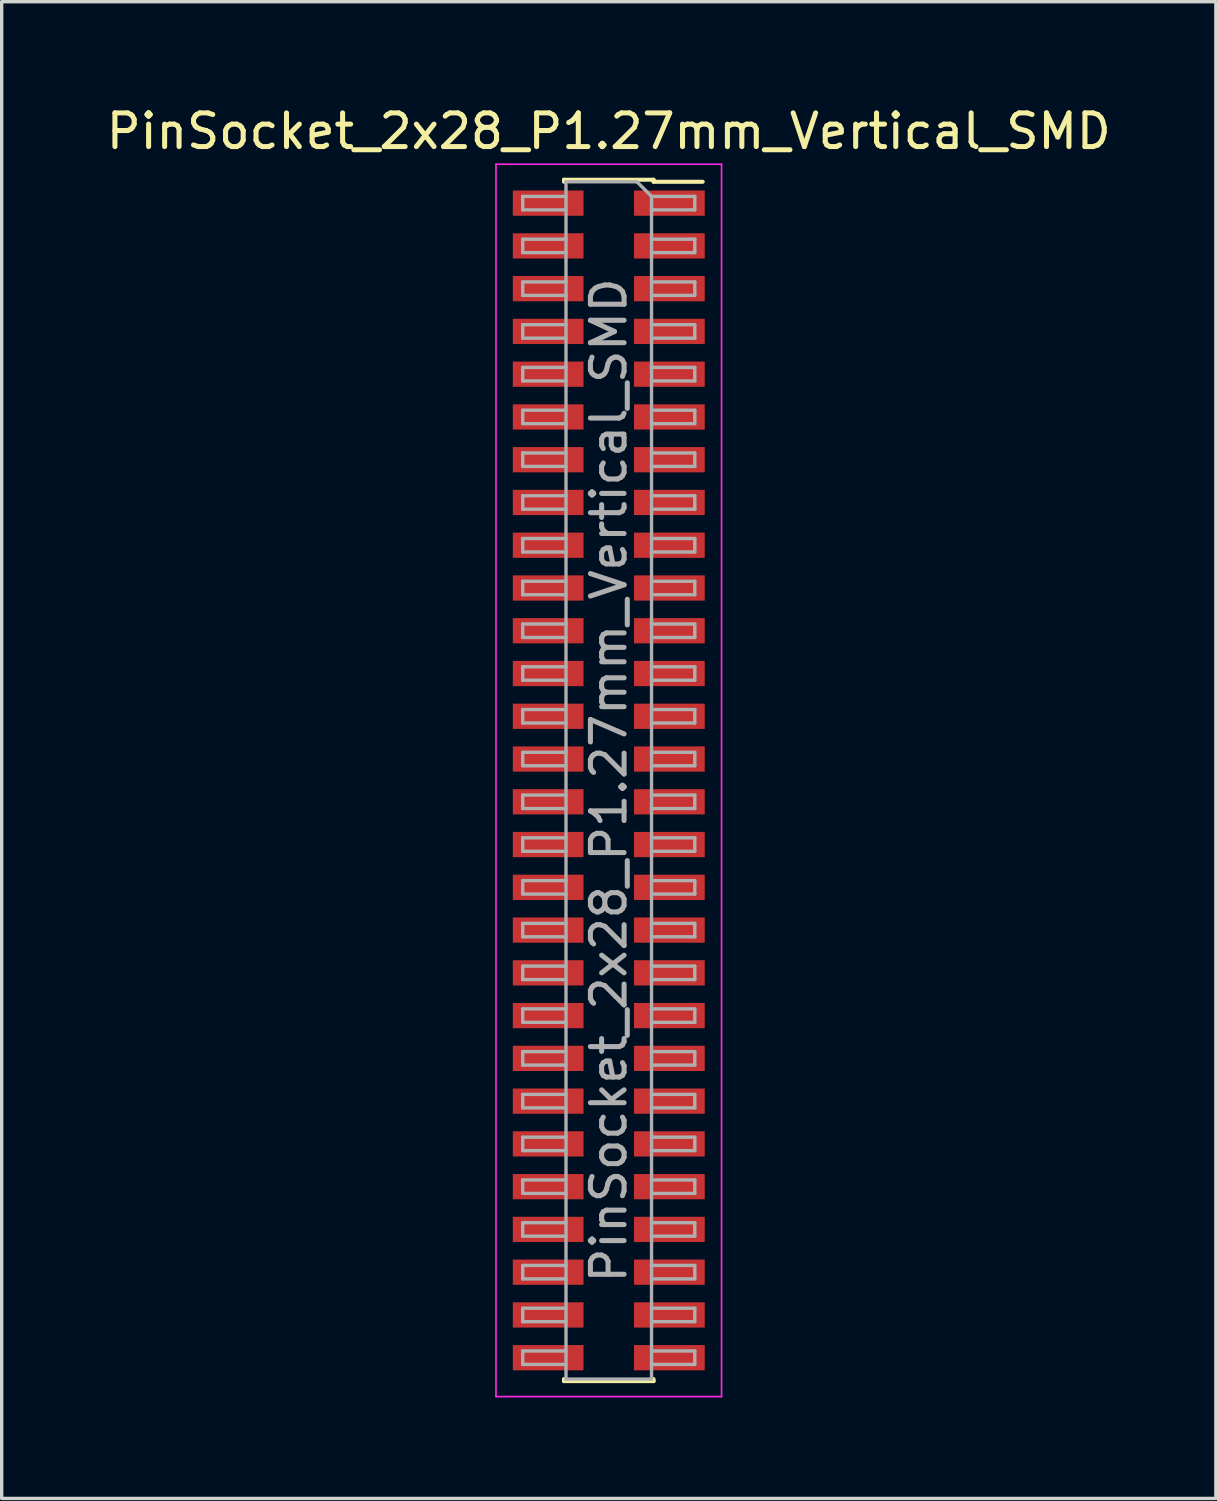
<source format=kicad_pcb>
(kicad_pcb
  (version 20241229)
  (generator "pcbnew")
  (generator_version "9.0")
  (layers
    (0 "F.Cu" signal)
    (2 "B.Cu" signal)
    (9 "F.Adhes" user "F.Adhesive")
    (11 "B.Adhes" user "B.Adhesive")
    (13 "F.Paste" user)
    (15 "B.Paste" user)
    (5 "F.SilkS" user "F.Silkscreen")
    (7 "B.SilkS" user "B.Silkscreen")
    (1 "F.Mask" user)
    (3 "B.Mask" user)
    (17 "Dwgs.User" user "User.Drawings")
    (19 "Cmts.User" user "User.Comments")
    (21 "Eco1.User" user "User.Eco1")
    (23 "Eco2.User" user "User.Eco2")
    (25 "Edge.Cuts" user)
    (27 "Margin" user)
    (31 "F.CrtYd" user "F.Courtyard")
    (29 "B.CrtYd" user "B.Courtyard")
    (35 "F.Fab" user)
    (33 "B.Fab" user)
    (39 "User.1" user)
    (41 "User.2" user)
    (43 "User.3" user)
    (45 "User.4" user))
  (footprint "PinSocket_2x28_P1.27mm_Vertical_SMD"
    (layer "F.Cu")
    (at 15.03 20.128)
    (property "Reference" "PinSocket_2x28_P1.27mm_Vertical_SMD" (at 0 -19.28 0) (layer "F.SilkS") (effects (font (size 1 1) (thickness 0.15))))
    (attr smd)
    (fp_line (start -1.33 -17.84) (end -1.33 -17.78) (stroke (width 0.12) (type solid)) (layer "F.SilkS"))
    (fp_line (start -1.33 -17.84) (end 1.33 -17.84) (stroke (width 0.12) (type solid)) (layer "F.SilkS"))
    (fp_line (start -1.33 17.78) (end -1.33 17.84) (stroke (width 0.12) (type solid)) (layer "F.SilkS"))
    (fp_line (start -1.33 17.84) (end 1.33 17.84) (stroke (width 0.12) (type solid)) (layer "F.SilkS"))
    (fp_line (start 1.33 -17.84) (end 1.33 -17.78) (stroke (width 0.12) (type solid)) (layer "F.SilkS"))
    (fp_line (start 1.33 -17.78) (end 2.79 -17.78) (stroke (width 0.12) (type solid)) (layer "F.SilkS"))
    (fp_line (start 1.33 17.78) (end 1.33 17.84) (stroke (width 0.12) (type solid)) (layer "F.SilkS"))
    (fp_line (start -3.35 -18.3) (end 3.35 -18.3) (stroke (width 0.05) (type solid)) (layer "F.CrtYd"))
    (fp_line (start -3.35 18.3) (end -3.35 -18.3) (stroke (width 0.05) (type solid)) (layer "F.CrtYd"))
    (fp_line (start 3.35 -18.3) (end 3.35 18.3) (stroke (width 0.05) (type solid)) (layer "F.CrtYd"))
    (fp_line (start 3.35 18.3) (end -3.35 18.3) (stroke (width 0.05) (type solid)) (layer "F.CrtYd"))
    (fp_line (start -2.555 -17.345) (end -1.27 -17.345) (stroke (width 0.1) (type solid)) (layer "F.Fab"))
    (fp_line (start -2.555 -16.945) (end -2.555 -17.345) (stroke (width 0.1) (type solid)) (layer "F.Fab"))
    (fp_line (start -2.555 -16.075) (end -1.27 -16.075) (stroke (width 0.1) (type solid)) (layer "F.Fab"))
    (fp_line (start -2.555 -15.675) (end -2.555 -16.075) (stroke (width 0.1) (type solid)) (layer "F.Fab"))
    (fp_line (start -2.555 -14.805) (end -1.27 -14.805) (stroke (width 0.1) (type solid)) (layer "F.Fab"))
    (fp_line (start -2.555 -14.405) (end -2.555 -14.805) (stroke (width 0.1) (type solid)) (layer "F.Fab"))
    (fp_line (start -2.555 -13.535) (end -1.27 -13.535) (stroke (width 0.1) (type solid)) (layer "F.Fab"))
    (fp_line (start -2.555 -13.135) (end -2.555 -13.535) (stroke (width 0.1) (type solid)) (layer "F.Fab"))
    (fp_line (start -2.555 -12.265) (end -1.27 -12.265) (stroke (width 0.1) (type solid)) (layer "F.Fab"))
    (fp_line (start -2.555 -11.865) (end -2.555 -12.265) (stroke (width 0.1) (type solid)) (layer "F.Fab"))
    (fp_line (start -2.555 -10.995) (end -1.27 -10.995) (stroke (width 0.1) (type solid)) (layer "F.Fab"))
    (fp_line (start -2.555 -10.595) (end -2.555 -10.995) (stroke (width 0.1) (type solid)) (layer "F.Fab"))
    (fp_line (start -2.555 -9.725) (end -1.27 -9.725) (stroke (width 0.1) (type solid)) (layer "F.Fab"))
    (fp_line (start -2.555 -9.325) (end -2.555 -9.725) (stroke (width 0.1) (type solid)) (layer "F.Fab"))
    (fp_line (start -2.555 -8.455) (end -1.27 -8.455) (stroke (width 0.1) (type solid)) (layer "F.Fab"))
    (fp_line (start -2.555 -8.055) (end -2.555 -8.455) (stroke (width 0.1) (type solid)) (layer "F.Fab"))
    (fp_line (start -2.555 -7.185) (end -1.27 -7.185) (stroke (width 0.1) (type solid)) (layer "F.Fab"))
    (fp_line (start -2.555 -6.785) (end -2.555 -7.185) (stroke (width 0.1) (type solid)) (layer "F.Fab"))
    (fp_line (start -2.555 -5.915) (end -1.27 -5.915) (stroke (width 0.1) (type solid)) (layer "F.Fab"))
    (fp_line (start -2.555 -5.515) (end -2.555 -5.915) (stroke (width 0.1) (type solid)) (layer "F.Fab"))
    (fp_line (start -2.555 -4.645) (end -1.27 -4.645) (stroke (width 0.1) (type solid)) (layer "F.Fab"))
    (fp_line (start -2.555 -4.245) (end -2.555 -4.645) (stroke (width 0.1) (type solid)) (layer "F.Fab"))
    (fp_line (start -2.555 -3.375) (end -1.27 -3.375) (stroke (width 0.1) (type solid)) (layer "F.Fab"))
    (fp_line (start -2.555 -2.975) (end -2.555 -3.375) (stroke (width 0.1) (type solid)) (layer "F.Fab"))
    (fp_line (start -2.555 -2.105) (end -1.27 -2.105) (stroke (width 0.1) (type solid)) (layer "F.Fab"))
    (fp_line (start -2.555 -1.705) (end -2.555 -2.105) (stroke (width 0.1) (type solid)) (layer "F.Fab"))
    (fp_line (start -2.555 -0.835) (end -1.27 -0.835) (stroke (width 0.1) (type solid)) (layer "F.Fab"))
    (fp_line (start -2.555 -0.435) (end -2.555 -0.835) (stroke (width 0.1) (type solid)) (layer "F.Fab"))
    (fp_line (start -2.555 0.435) (end -1.27 0.435) (stroke (width 0.1) (type solid)) (layer "F.Fab"))
    (fp_line (start -2.555 0.835) (end -2.555 0.435) (stroke (width 0.1) (type solid)) (layer "F.Fab"))
    (fp_line (start -2.555 1.705) (end -1.27 1.705) (stroke (width 0.1) (type solid)) (layer "F.Fab"))
    (fp_line (start -2.555 2.105) (end -2.555 1.705) (stroke (width 0.1) (type solid)) (layer "F.Fab"))
    (fp_line (start -2.555 2.975) (end -1.27 2.975) (stroke (width 0.1) (type solid)) (layer "F.Fab"))
    (fp_line (start -2.555 3.375) (end -2.555 2.975) (stroke (width 0.1) (type solid)) (layer "F.Fab"))
    (fp_line (start -2.555 4.245) (end -1.27 4.245) (stroke (width 0.1) (type solid)) (layer "F.Fab"))
    (fp_line (start -2.555 4.645) (end -2.555 4.245) (stroke (width 0.1) (type solid)) (layer "F.Fab"))
    (fp_line (start -2.555 5.515) (end -1.27 5.515) (stroke (width 0.1) (type solid)) (layer "F.Fab"))
    (fp_line (start -2.555 5.915) (end -2.555 5.515) (stroke (width 0.1) (type solid)) (layer "F.Fab"))
    (fp_line (start -2.555 6.785) (end -1.27 6.785) (stroke (width 0.1) (type solid)) (layer "F.Fab"))
    (fp_line (start -2.555 7.185) (end -2.555 6.785) (stroke (width 0.1) (type solid)) (layer "F.Fab"))
    (fp_line (start -2.555 8.055) (end -1.27 8.055) (stroke (width 0.1) (type solid)) (layer "F.Fab"))
    (fp_line (start -2.555 8.455) (end -2.555 8.055) (stroke (width 0.1) (type solid)) (layer "F.Fab"))
    (fp_line (start -2.555 9.325) (end -1.27 9.325) (stroke (width 0.1) (type solid)) (layer "F.Fab"))
    (fp_line (start -2.555 9.725) (end -2.555 9.325) (stroke (width 0.1) (type solid)) (layer "F.Fab"))
    (fp_line (start -2.555 10.595) (end -1.27 10.595) (stroke (width 0.1) (type solid)) (layer "F.Fab"))
    (fp_line (start -2.555 10.995) (end -2.555 10.595) (stroke (width 0.1) (type solid)) (layer "F.Fab"))
    (fp_line (start -2.555 11.865) (end -1.27 11.865) (stroke (width 0.1) (type solid)) (layer "F.Fab"))
    (fp_line (start -2.555 12.265) (end -2.555 11.865) (stroke (width 0.1) (type solid)) (layer "F.Fab"))
    (fp_line (start -2.555 13.135) (end -1.27 13.135) (stroke (width 0.1) (type solid)) (layer "F.Fab"))
    (fp_line (start -2.555 13.535) (end -2.555 13.135) (stroke (width 0.1) (type solid)) (layer "F.Fab"))
    (fp_line (start -2.555 14.405) (end -1.27 14.405) (stroke (width 0.1) (type solid)) (layer "F.Fab"))
    (fp_line (start -2.555 14.805) (end -2.555 14.405) (stroke (width 0.1) (type solid)) (layer "F.Fab"))
    (fp_line (start -2.555 15.675) (end -1.27 15.675) (stroke (width 0.1) (type solid)) (layer "F.Fab"))
    (fp_line (start -2.555 16.075) (end -2.555 15.675) (stroke (width 0.1) (type solid)) (layer "F.Fab"))
    (fp_line (start -2.555 16.945) (end -1.27 16.945) (stroke (width 0.1) (type solid)) (layer "F.Fab"))
    (fp_line (start -2.555 17.345) (end -2.555 16.945) (stroke (width 0.1) (type solid)) (layer "F.Fab"))
    (fp_line (start -1.27 -17.78) (end 0.835 -17.78) (stroke (width 0.1) (type solid)) (layer "F.Fab"))
    (fp_line (start -1.27 -16.945) (end -2.555 -16.945) (stroke (width 0.1) (type solid)) (layer "F.Fab"))
    (fp_line (start -1.27 -15.675) (end -2.555 -15.675) (stroke (width 0.1) (type solid)) (layer "F.Fab"))
    (fp_line (start -1.27 -14.405) (end -2.555 -14.405) (stroke (width 0.1) (type solid)) (layer "F.Fab"))
    (fp_line (start -1.27 -13.135) (end -2.555 -13.135) (stroke (width 0.1) (type solid)) (layer "F.Fab"))
    (fp_line (start -1.27 -11.865) (end -2.555 -11.865) (stroke (width 0.1) (type solid)) (layer "F.Fab"))
    (fp_line (start -1.27 -10.595) (end -2.555 -10.595) (stroke (width 0.1) (type solid)) (layer "F.Fab"))
    (fp_line (start -1.27 -9.325) (end -2.555 -9.325) (stroke (width 0.1) (type solid)) (layer "F.Fab"))
    (fp_line (start -1.27 -8.055) (end -2.555 -8.055) (stroke (width 0.1) (type solid)) (layer "F.Fab"))
    (fp_line (start -1.27 -6.785) (end -2.555 -6.785) (stroke (width 0.1) (type solid)) (layer "F.Fab"))
    (fp_line (start -1.27 -5.515) (end -2.555 -5.515) (stroke (width 0.1) (type solid)) (layer "F.Fab"))
    (fp_line (start -1.27 -4.245) (end -2.555 -4.245) (stroke (width 0.1) (type solid)) (layer "F.Fab"))
    (fp_line (start -1.27 -2.975) (end -2.555 -2.975) (stroke (width 0.1) (type solid)) (layer "F.Fab"))
    (fp_line (start -1.27 -1.705) (end -2.555 -1.705) (stroke (width 0.1) (type solid)) (layer "F.Fab"))
    (fp_line (start -1.27 -0.435) (end -2.555 -0.435) (stroke (width 0.1) (type solid)) (layer "F.Fab"))
    (fp_line (start -1.27 0.835) (end -2.555 0.835) (stroke (width 0.1) (type solid)) (layer "F.Fab"))
    (fp_line (start -1.27 2.105) (end -2.555 2.105) (stroke (width 0.1) (type solid)) (layer "F.Fab"))
    (fp_line (start -1.27 3.375) (end -2.555 3.375) (stroke (width 0.1) (type solid)) (layer "F.Fab"))
    (fp_line (start -1.27 4.645) (end -2.555 4.645) (stroke (width 0.1) (type solid)) (layer "F.Fab"))
    (fp_line (start -1.27 5.915) (end -2.555 5.915) (stroke (width 0.1) (type solid)) (layer "F.Fab"))
    (fp_line (start -1.27 7.185) (end -2.555 7.185) (stroke (width 0.1) (type solid)) (layer "F.Fab"))
    (fp_line (start -1.27 8.455) (end -2.555 8.455) (stroke (width 0.1) (type solid)) (layer "F.Fab"))
    (fp_line (start -1.27 9.725) (end -2.555 9.725) (stroke (width 0.1) (type solid)) (layer "F.Fab"))
    (fp_line (start -1.27 10.995) (end -2.555 10.995) (stroke (width 0.1) (type solid)) (layer "F.Fab"))
    (fp_line (start -1.27 12.265) (end -2.555 12.265) (stroke (width 0.1) (type solid)) (layer "F.Fab"))
    (fp_line (start -1.27 13.535) (end -2.555 13.535) (stroke (width 0.1) (type solid)) (layer "F.Fab"))
    (fp_line (start -1.27 14.805) (end -2.555 14.805) (stroke (width 0.1) (type solid)) (layer "F.Fab"))
    (fp_line (start -1.27 16.075) (end -2.555 16.075) (stroke (width 0.1) (type solid)) (layer "F.Fab"))
    (fp_line (start -1.27 17.345) (end -2.555 17.345) (stroke (width 0.1) (type solid)) (layer "F.Fab"))
    (fp_line (start -1.27 17.78) (end -1.27 -17.78) (stroke (width 0.1) (type solid)) (layer "F.Fab"))
    (fp_line (start 0.835 -17.78) (end 1.27 -17.345) (stroke (width 0.1) (type solid)) (layer "F.Fab"))
    (fp_line (start 1.27 -17.345) (end 1.27 17.78) (stroke (width 0.1) (type solid)) (layer "F.Fab"))
    (fp_line (start 1.27 -17.345) (end 2.555 -17.345) (stroke (width 0.1) (type solid)) (layer "F.Fab"))
    (fp_line (start 1.27 -16.075) (end 2.555 -16.075) (stroke (width 0.1) (type solid)) (layer "F.Fab"))
    (fp_line (start 1.27 -14.805) (end 2.555 -14.805) (stroke (width 0.1) (type solid)) (layer "F.Fab"))
    (fp_line (start 1.27 -13.535) (end 2.555 -13.535) (stroke (width 0.1) (type solid)) (layer "F.Fab"))
    (fp_line (start 1.27 -12.265) (end 2.555 -12.265) (stroke (width 0.1) (type solid)) (layer "F.Fab"))
    (fp_line (start 1.27 -10.995) (end 2.555 -10.995) (stroke (width 0.1) (type solid)) (layer "F.Fab"))
    (fp_line (start 1.27 -9.725) (end 2.555 -9.725) (stroke (width 0.1) (type solid)) (layer "F.Fab"))
    (fp_line (start 1.27 -8.455) (end 2.555 -8.455) (stroke (width 0.1) (type solid)) (layer "F.Fab"))
    (fp_line (start 1.27 -7.185) (end 2.555 -7.185) (stroke (width 0.1) (type solid)) (layer "F.Fab"))
    (fp_line (start 1.27 -5.915) (end 2.555 -5.915) (stroke (width 0.1) (type solid)) (layer "F.Fab"))
    (fp_line (start 1.27 -4.645) (end 2.555 -4.645) (stroke (width 0.1) (type solid)) (layer "F.Fab"))
    (fp_line (start 1.27 -3.375) (end 2.555 -3.375) (stroke (width 0.1) (type solid)) (layer "F.Fab"))
    (fp_line (start 1.27 -2.105) (end 2.555 -2.105) (stroke (width 0.1) (type solid)) (layer "F.Fab"))
    (fp_line (start 1.27 -0.835) (end 2.555 -0.835) (stroke (width 0.1) (type solid)) (layer "F.Fab"))
    (fp_line (start 1.27 0.435) (end 2.555 0.435) (stroke (width 0.1) (type solid)) (layer "F.Fab"))
    (fp_line (start 1.27 1.705) (end 2.555 1.705) (stroke (width 0.1) (type solid)) (layer "F.Fab"))
    (fp_line (start 1.27 2.975) (end 2.555 2.975) (stroke (width 0.1) (type solid)) (layer "F.Fab"))
    (fp_line (start 1.27 4.245) (end 2.555 4.245) (stroke (width 0.1) (type solid)) (layer "F.Fab"))
    (fp_line (start 1.27 5.515) (end 2.555 5.515) (stroke (width 0.1) (type solid)) (layer "F.Fab"))
    (fp_line (start 1.27 6.785) (end 2.555 6.785) (stroke (width 0.1) (type solid)) (layer "F.Fab"))
    (fp_line (start 1.27 8.055) (end 2.555 8.055) (stroke (width 0.1) (type solid)) (layer "F.Fab"))
    (fp_line (start 1.27 9.325) (end 2.555 9.325) (stroke (width 0.1) (type solid)) (layer "F.Fab"))
    (fp_line (start 1.27 10.595) (end 2.555 10.595) (stroke (width 0.1) (type solid)) (layer "F.Fab"))
    (fp_line (start 1.27 11.865) (end 2.555 11.865) (stroke (width 0.1) (type solid)) (layer "F.Fab"))
    (fp_line (start 1.27 13.135) (end 2.555 13.135) (stroke (width 0.1) (type solid)) (layer "F.Fab"))
    (fp_line (start 1.27 14.405) (end 2.555 14.405) (stroke (width 0.1) (type solid)) (layer "F.Fab"))
    (fp_line (start 1.27 15.675) (end 2.555 15.675) (stroke (width 0.1) (type solid)) (layer "F.Fab"))
    (fp_line (start 1.27 16.945) (end 2.555 16.945) (stroke (width 0.1) (type solid)) (layer "F.Fab"))
    (fp_line (start 1.27 17.78) (end -1.27 17.78) (stroke (width 0.1) (type solid)) (layer "F.Fab"))
    (fp_line (start 2.555 -17.345) (end 2.555 -16.945) (stroke (width 0.1) (type solid)) (layer "F.Fab"))
    (fp_line (start 2.555 -16.945) (end 1.27 -16.945) (stroke (width 0.1) (type solid)) (layer "F.Fab"))
    (fp_line (start 2.555 -16.075) (end 2.555 -15.675) (stroke (width 0.1) (type solid)) (layer "F.Fab"))
    (fp_line (start 2.555 -15.675) (end 1.27 -15.675) (stroke (width 0.1) (type solid)) (layer "F.Fab"))
    (fp_line (start 2.555 -14.805) (end 2.555 -14.405) (stroke (width 0.1) (type solid)) (layer "F.Fab"))
    (fp_line (start 2.555 -14.405) (end 1.27 -14.405) (stroke (width 0.1) (type solid)) (layer "F.Fab"))
    (fp_line (start 2.555 -13.535) (end 2.555 -13.135) (stroke (width 0.1) (type solid)) (layer "F.Fab"))
    (fp_line (start 2.555 -13.135) (end 1.27 -13.135) (stroke (width 0.1) (type solid)) (layer "F.Fab"))
    (fp_line (start 2.555 -12.265) (end 2.555 -11.865) (stroke (width 0.1) (type solid)) (layer "F.Fab"))
    (fp_line (start 2.555 -11.865) (end 1.27 -11.865) (stroke (width 0.1) (type solid)) (layer "F.Fab"))
    (fp_line (start 2.555 -10.995) (end 2.555 -10.595) (stroke (width 0.1) (type solid)) (layer "F.Fab"))
    (fp_line (start 2.555 -10.595) (end 1.27 -10.595) (stroke (width 0.1) (type solid)) (layer "F.Fab"))
    (fp_line (start 2.555 -9.725) (end 2.555 -9.325) (stroke (width 0.1) (type solid)) (layer "F.Fab"))
    (fp_line (start 2.555 -9.325) (end 1.27 -9.325) (stroke (width 0.1) (type solid)) (layer "F.Fab"))
    (fp_line (start 2.555 -8.455) (end 2.555 -8.055) (stroke (width 0.1) (type solid)) (layer "F.Fab"))
    (fp_line (start 2.555 -8.055) (end 1.27 -8.055) (stroke (width 0.1) (type solid)) (layer "F.Fab"))
    (fp_line (start 2.555 -7.185) (end 2.555 -6.785) (stroke (width 0.1) (type solid)) (layer "F.Fab"))
    (fp_line (start 2.555 -6.785) (end 1.27 -6.785) (stroke (width 0.1) (type solid)) (layer "F.Fab"))
    (fp_line (start 2.555 -5.915) (end 2.555 -5.515) (stroke (width 0.1) (type solid)) (layer "F.Fab"))
    (fp_line (start 2.555 -5.515) (end 1.27 -5.515) (stroke (width 0.1) (type solid)) (layer "F.Fab"))
    (fp_line (start 2.555 -4.645) (end 2.555 -4.245) (stroke (width 0.1) (type solid)) (layer "F.Fab"))
    (fp_line (start 2.555 -4.245) (end 1.27 -4.245) (stroke (width 0.1) (type solid)) (layer "F.Fab"))
    (fp_line (start 2.555 -3.375) (end 2.555 -2.975) (stroke (width 0.1) (type solid)) (layer "F.Fab"))
    (fp_line (start 2.555 -2.975) (end 1.27 -2.975) (stroke (width 0.1) (type solid)) (layer "F.Fab"))
    (fp_line (start 2.555 -2.105) (end 2.555 -1.705) (stroke (width 0.1) (type solid)) (layer "F.Fab"))
    (fp_line (start 2.555 -1.705) (end 1.27 -1.705) (stroke (width 0.1) (type solid)) (layer "F.Fab"))
    (fp_line (start 2.555 -0.835) (end 2.555 -0.435) (stroke (width 0.1) (type solid)) (layer "F.Fab"))
    (fp_line (start 2.555 -0.435) (end 1.27 -0.435) (stroke (width 0.1) (type solid)) (layer "F.Fab"))
    (fp_line (start 2.555 0.435) (end 2.555 0.835) (stroke (width 0.1) (type solid)) (layer "F.Fab"))
    (fp_line (start 2.555 0.835) (end 1.27 0.835) (stroke (width 0.1) (type solid)) (layer "F.Fab"))
    (fp_line (start 2.555 1.705) (end 2.555 2.105) (stroke (width 0.1) (type solid)) (layer "F.Fab"))
    (fp_line (start 2.555 2.105) (end 1.27 2.105) (stroke (width 0.1) (type solid)) (layer "F.Fab"))
    (fp_line (start 2.555 2.975) (end 2.555 3.375) (stroke (width 0.1) (type solid)) (layer "F.Fab"))
    (fp_line (start 2.555 3.375) (end 1.27 3.375) (stroke (width 0.1) (type solid)) (layer "F.Fab"))
    (fp_line (start 2.555 4.245) (end 2.555 4.645) (stroke (width 0.1) (type solid)) (layer "F.Fab"))
    (fp_line (start 2.555 4.645) (end 1.27 4.645) (stroke (width 0.1) (type solid)) (layer "F.Fab"))
    (fp_line (start 2.555 5.515) (end 2.555 5.915) (stroke (width 0.1) (type solid)) (layer "F.Fab"))
    (fp_line (start 2.555 5.915) (end 1.27 5.915) (stroke (width 0.1) (type solid)) (layer "F.Fab"))
    (fp_line (start 2.555 6.785) (end 2.555 7.185) (stroke (width 0.1) (type solid)) (layer "F.Fab"))
    (fp_line (start 2.555 7.185) (end 1.27 7.185) (stroke (width 0.1) (type solid)) (layer "F.Fab"))
    (fp_line (start 2.555 8.055) (end 2.555 8.455) (stroke (width 0.1) (type solid)) (layer "F.Fab"))
    (fp_line (start 2.555 8.455) (end 1.27 8.455) (stroke (width 0.1) (type solid)) (layer "F.Fab"))
    (fp_line (start 2.555 9.325) (end 2.555 9.725) (stroke (width 0.1) (type solid)) (layer "F.Fab"))
    (fp_line (start 2.555 9.725) (end 1.27 9.725) (stroke (width 0.1) (type solid)) (layer "F.Fab"))
    (fp_line (start 2.555 10.595) (end 2.555 10.995) (stroke (width 0.1) (type solid)) (layer "F.Fab"))
    (fp_line (start 2.555 10.995) (end 1.27 10.995) (stroke (width 0.1) (type solid)) (layer "F.Fab"))
    (fp_line (start 2.555 11.865) (end 2.555 12.265) (stroke (width 0.1) (type solid)) (layer "F.Fab"))
    (fp_line (start 2.555 12.265) (end 1.27 12.265) (stroke (width 0.1) (type solid)) (layer "F.Fab"))
    (fp_line (start 2.555 13.135) (end 2.555 13.535) (stroke (width 0.1) (type solid)) (layer "F.Fab"))
    (fp_line (start 2.555 13.535) (end 1.27 13.535) (stroke (width 0.1) (type solid)) (layer "F.Fab"))
    (fp_line (start 2.555 14.405) (end 2.555 14.805) (stroke (width 0.1) (type solid)) (layer "F.Fab"))
    (fp_line (start 2.555 14.805) (end 1.27 14.805) (stroke (width 0.1) (type solid)) (layer "F.Fab"))
    (fp_line (start 2.555 15.675) (end 2.555 16.075) (stroke (width 0.1) (type solid)) (layer "F.Fab"))
    (fp_line (start 2.555 16.075) (end 1.27 16.075) (stroke (width 0.1) (type solid)) (layer "F.Fab"))
    (fp_line (start 2.555 16.945) (end 2.555 17.345) (stroke (width 0.1) (type solid)) (layer "F.Fab"))
    (fp_line (start 2.555 17.345) (end 1.27 17.345) (stroke (width 0.1) (type solid)) (layer "F.Fab"))
    (fp_text user "${REFERENCE}" (at 0 0 90) (layer "F.Fab") (effects (font (size 1 1) (thickness 0.15))))
    (pad "1" smd rect (at 1.8 -17.145) (size 2.1 0.75) (layers "F.Cu" "F.Mask" "F.Paste"))
    (pad "2" smd rect (at -1.8 -17.145) (size 2.1 0.75) (layers "F.Cu" "F.Mask" "F.Paste"))
    (pad "3" smd rect (at 1.8 -15.875) (size 2.1 0.75) (layers "F.Cu" "F.Mask" "F.Paste"))
    (pad "4" smd rect (at -1.8 -15.875) (size 2.1 0.75) (layers "F.Cu" "F.Mask" "F.Paste"))
    (pad "5" smd rect (at 1.8 -14.605) (size 2.1 0.75) (layers "F.Cu" "F.Mask" "F.Paste"))
    (pad "6" smd rect (at -1.8 -14.605) (size 2.1 0.75) (layers "F.Cu" "F.Mask" "F.Paste"))
    (pad "7" smd rect (at 1.8 -13.335) (size 2.1 0.75) (layers "F.Cu" "F.Mask" "F.Paste"))
    (pad "8" smd rect (at -1.8 -13.335) (size 2.1 0.75) (layers "F.Cu" "F.Mask" "F.Paste"))
    (pad "9" smd rect (at 1.8 -12.065) (size 2.1 0.75) (layers "F.Cu" "F.Mask" "F.Paste"))
    (pad "10" smd rect (at -1.8 -12.065) (size 2.1 0.75) (layers "F.Cu" "F.Mask" "F.Paste"))
    (pad "11" smd rect (at 1.8 -10.795) (size 2.1 0.75) (layers "F.Cu" "F.Mask" "F.Paste"))
    (pad "12" smd rect (at -1.8 -10.795) (size 2.1 0.75) (layers "F.Cu" "F.Mask" "F.Paste"))
    (pad "13" smd rect (at 1.8 -9.525) (size 2.1 0.75) (layers "F.Cu" "F.Mask" "F.Paste"))
    (pad "14" smd rect (at -1.8 -9.525) (size 2.1 0.75) (layers "F.Cu" "F.Mask" "F.Paste"))
    (pad "15" smd rect (at 1.8 -8.255) (size 2.1 0.75) (layers "F.Cu" "F.Mask" "F.Paste"))
    (pad "16" smd rect (at -1.8 -8.255) (size 2.1 0.75) (layers "F.Cu" "F.Mask" "F.Paste"))
    (pad "17" smd rect (at 1.8 -6.985) (size 2.1 0.75) (layers "F.Cu" "F.Mask" "F.Paste"))
    (pad "18" smd rect (at -1.8 -6.985) (size 2.1 0.75) (layers "F.Cu" "F.Mask" "F.Paste"))
    (pad "19" smd rect (at 1.8 -5.715) (size 2.1 0.75) (layers "F.Cu" "F.Mask" "F.Paste"))
    (pad "20" smd rect (at -1.8 -5.715) (size 2.1 0.75) (layers "F.Cu" "F.Mask" "F.Paste"))
    (pad "21" smd rect (at 1.8 -4.445) (size 2.1 0.75) (layers "F.Cu" "F.Mask" "F.Paste"))
    (pad "22" smd rect (at -1.8 -4.445) (size 2.1 0.75) (layers "F.Cu" "F.Mask" "F.Paste"))
    (pad "23" smd rect (at 1.8 -3.175) (size 2.1 0.75) (layers "F.Cu" "F.Mask" "F.Paste"))
    (pad "24" smd rect (at -1.8 -3.175) (size 2.1 0.75) (layers "F.Cu" "F.Mask" "F.Paste"))
    (pad "25" smd rect (at 1.8 -1.905) (size 2.1 0.75) (layers "F.Cu" "F.Mask" "F.Paste"))
    (pad "26" smd rect (at -1.8 -1.905) (size 2.1 0.75) (layers "F.Cu" "F.Mask" "F.Paste"))
    (pad "27" smd rect (at 1.8 -0.635) (size 2.1 0.75) (layers "F.Cu" "F.Mask" "F.Paste"))
    (pad "28" smd rect (at -1.8 -0.635) (size 2.1 0.75) (layers "F.Cu" "F.Mask" "F.Paste"))
    (pad "29" smd rect (at 1.8 0.635) (size 2.1 0.75) (layers "F.Cu" "F.Mask" "F.Paste"))
    (pad "30" smd rect (at -1.8 0.635) (size 2.1 0.75) (layers "F.Cu" "F.Mask" "F.Paste"))
    (pad "31" smd rect (at 1.8 1.905) (size 2.1 0.75) (layers "F.Cu" "F.Mask" "F.Paste"))
    (pad "32" smd rect (at -1.8 1.905) (size 2.1 0.75) (layers "F.Cu" "F.Mask" "F.Paste"))
    (pad "33" smd rect (at 1.8 3.175) (size 2.1 0.75) (layers "F.Cu" "F.Mask" "F.Paste"))
    (pad "34" smd rect (at -1.8 3.175) (size 2.1 0.75) (layers "F.Cu" "F.Mask" "F.Paste"))
    (pad "35" smd rect (at 1.8 4.445) (size 2.1 0.75) (layers "F.Cu" "F.Mask" "F.Paste"))
    (pad "36" smd rect (at -1.8 4.445) (size 2.1 0.75) (layers "F.Cu" "F.Mask" "F.Paste"))
    (pad "37" smd rect (at 1.8 5.715) (size 2.1 0.75) (layers "F.Cu" "F.Mask" "F.Paste"))
    (pad "38" smd rect (at -1.8 5.715) (size 2.1 0.75) (layers "F.Cu" "F.Mask" "F.Paste"))
    (pad "39" smd rect (at 1.8 6.985) (size 2.1 0.75) (layers "F.Cu" "F.Mask" "F.Paste"))
    (pad "40" smd rect (at -1.8 6.985) (size 2.1 0.75) (layers "F.Cu" "F.Mask" "F.Paste"))
    (pad "41" smd rect (at 1.8 8.255) (size 2.1 0.75) (layers "F.Cu" "F.Mask" "F.Paste"))
    (pad "42" smd rect (at -1.8 8.255) (size 2.1 0.75) (layers "F.Cu" "F.Mask" "F.Paste"))
    (pad "43" smd rect (at 1.8 9.525) (size 2.1 0.75) (layers "F.Cu" "F.Mask" "F.Paste"))
    (pad "44" smd rect (at -1.8 9.525) (size 2.1 0.75) (layers "F.Cu" "F.Mask" "F.Paste"))
    (pad "45" smd rect (at 1.8 10.795) (size 2.1 0.75) (layers "F.Cu" "F.Mask" "F.Paste"))
    (pad "46" smd rect (at -1.8 10.795) (size 2.1 0.75) (layers "F.Cu" "F.Mask" "F.Paste"))
    (pad "47" smd rect (at 1.8 12.065) (size 2.1 0.75) (layers "F.Cu" "F.Mask" "F.Paste"))
    (pad "48" smd rect (at -1.8 12.065) (size 2.1 0.75) (layers "F.Cu" "F.Mask" "F.Paste"))
    (pad "49" smd rect (at 1.8 13.335) (size 2.1 0.75) (layers "F.Cu" "F.Mask" "F.Paste"))
    (pad "50" smd rect (at -1.8 13.335) (size 2.1 0.75) (layers "F.Cu" "F.Mask" "F.Paste"))
    (pad "51" smd rect (at 1.8 14.605) (size 2.1 0.75) (layers "F.Cu" "F.Mask" "F.Paste"))
    (pad "52" smd rect (at -1.8 14.605) (size 2.1 0.75) (layers "F.Cu" "F.Mask" "F.Paste"))
    (pad "53" smd rect (at 1.8 15.875) (size 2.1 0.75) (layers "F.Cu" "F.Mask" "F.Paste"))
    (pad "54" smd rect (at -1.8 15.875) (size 2.1 0.75) (layers "F.Cu" "F.Mask" "F.Paste"))
    (pad "55" smd rect (at 1.8 17.145) (size 2.1 0.75) (layers "F.Cu" "F.Mask" "F.Paste"))
    (pad "56" smd rect (at -1.8 17.145) (size 2.1 0.75) (layers "F.Cu" "F.Mask" "F.Paste")))
  (gr_rect
    (start -3 -3)
    (end 33.06 41.453)
    (stroke (width 0.1) (type default))
    (fill no)
    (layer "Edge.Cuts")))
</source>
